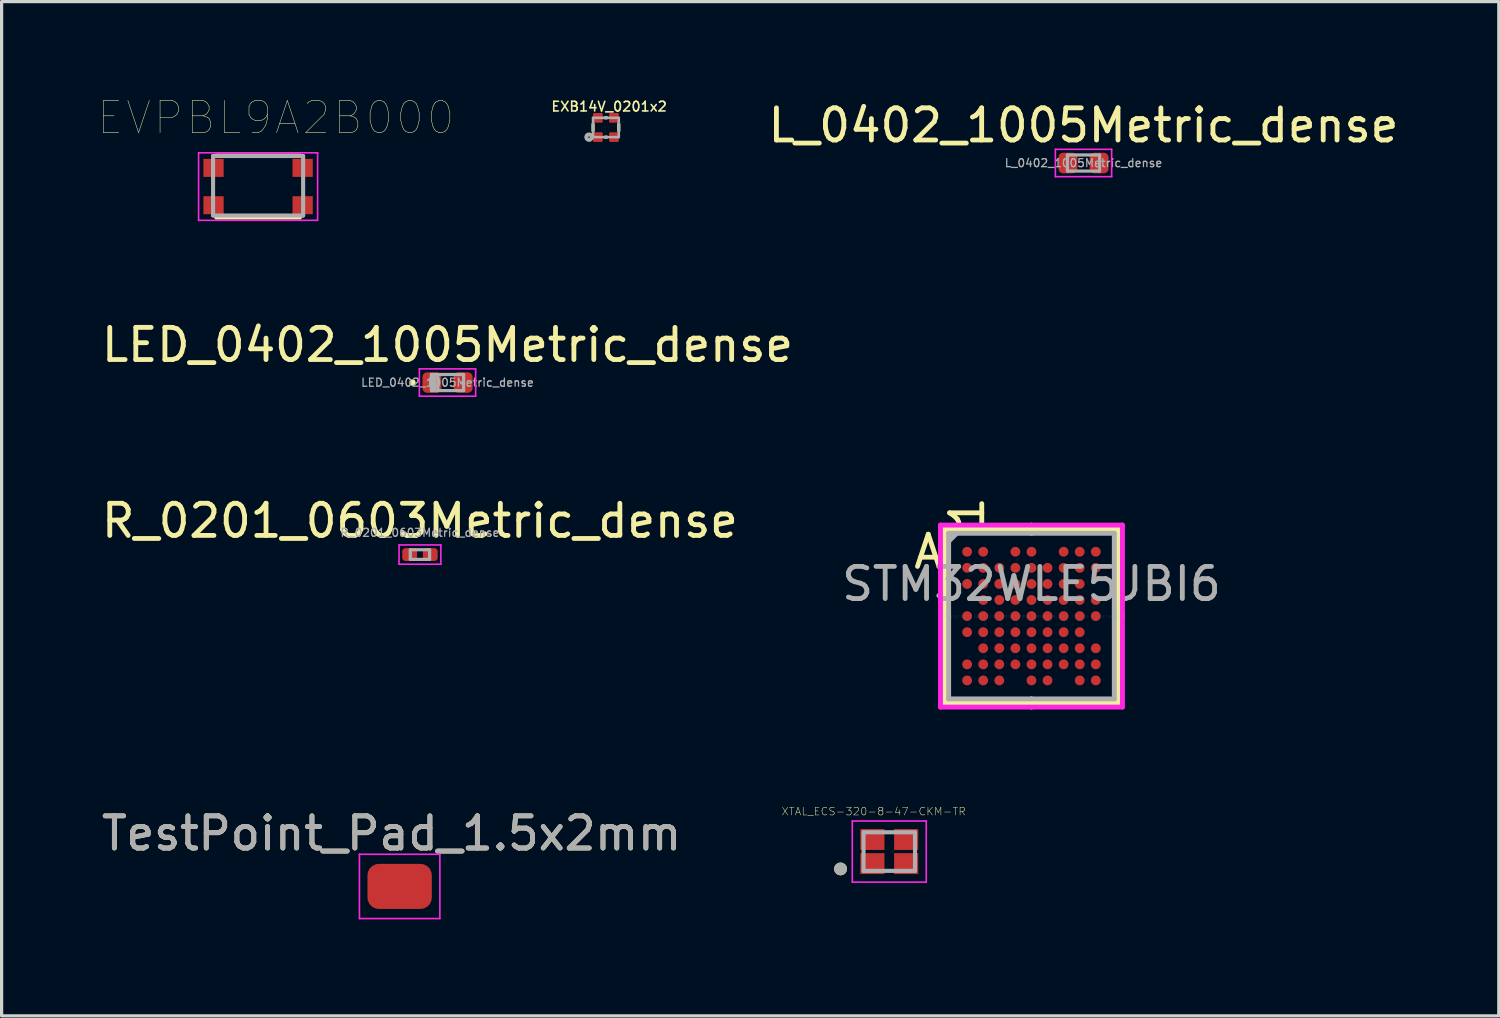
<source format=kicad_pcb>
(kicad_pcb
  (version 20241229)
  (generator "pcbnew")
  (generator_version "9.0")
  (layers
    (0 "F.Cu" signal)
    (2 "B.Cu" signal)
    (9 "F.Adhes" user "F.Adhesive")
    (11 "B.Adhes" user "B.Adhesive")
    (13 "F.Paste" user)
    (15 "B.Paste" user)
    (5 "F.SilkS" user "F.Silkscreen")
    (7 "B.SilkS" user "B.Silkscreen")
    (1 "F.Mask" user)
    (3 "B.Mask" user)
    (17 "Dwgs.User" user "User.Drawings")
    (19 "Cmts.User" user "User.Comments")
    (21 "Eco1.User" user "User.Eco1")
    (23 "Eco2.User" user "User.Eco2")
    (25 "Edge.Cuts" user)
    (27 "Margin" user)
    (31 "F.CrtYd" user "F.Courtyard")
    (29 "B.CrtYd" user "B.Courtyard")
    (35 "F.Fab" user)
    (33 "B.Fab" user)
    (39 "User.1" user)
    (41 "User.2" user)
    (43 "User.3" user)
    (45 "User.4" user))
  (footprint "XTAL_ECS-320-8-47-CKM-TR"
    (layer "F.Cu")
    (at 24.597 23.425)
    (property "Reference" "XTAL_ECS-320-8-47-CKM-TR" (at -0.484 -1.248 0) (layer "F.SilkS") (effects (font (size 0.241 0.241) (thickness 0.015))))
    (attr through_hole)
    (fp_circle (center -1.515 0.54) (end -1.415 0.54) (stroke (width 0.2) (type solid)) (fill no) (layer "F.SilkS"))
    (fp_line (start -1.15 -0.95) (end -1.15 0.95) (stroke (width 0.05) (type solid)) (layer "F.CrtYd"))
    (fp_line (start -1.15 0.95) (end 1.15 0.95) (stroke (width 0.05) (type solid)) (layer "F.CrtYd"))
    (fp_line (start 1.15 -0.95) (end -1.15 -0.95) (stroke (width 0.05) (type solid)) (layer "F.CrtYd"))
    (fp_line (start 1.15 0.95) (end 1.15 -0.95) (stroke (width 0.05) (type solid)) (layer "F.CrtYd"))
    (fp_line (start -0.8 -0.6) (end -0.8 0.6) (stroke (width 0.127) (type solid)) (layer "F.Fab"))
    (fp_line (start -0.8 0.6) (end 0.8 0.6) (stroke (width 0.127) (type solid)) (layer "F.Fab"))
    (fp_line (start 0.8 -0.6) (end -0.8 -0.6) (stroke (width 0.127) (type solid)) (layer "F.Fab"))
    (fp_line (start 0.8 0.6) (end 0.8 -0.6) (stroke (width 0.127) (type solid)) (layer "F.Fab"))
    (fp_circle (center -1.515 0.54) (end -1.415 0.54) (stroke (width 0.2) (type solid)) (fill no) (layer "F.Fab"))
    (pad "1" smd rect (at -0.525 0.375) (size 0.75 0.65) (layers "F.Cu" "F.Mask" "F.Paste"))
    (pad "2" smd rect (at 0.525 0.375) (size 0.75 0.65) (layers "F.Cu" "F.Mask" "F.Paste"))
    (pad "3" smd rect (at 0.525 -0.375) (size 0.75 0.65) (layers "F.Cu" "F.Mask" "F.Paste"))
    (pad "4" smd rect (at -0.525 -0.375) (size 0.75 0.65) (layers "F.Cu" "F.Mask" "F.Paste")))
  (footprint "EXB14V_0201x2"
    (layer "F.Cu")
    (at 15.788 0.913)
    (property "Reference" "EXB14V_0201x2" (at 0.1 -0.65 0) (layer "F.SilkS") (effects (font (size 0.3 0.3) (thickness 0.05))))
    (attr through_hole)
    (fp_line (start -0.4 -0.1) (end -0.4 0.1) (stroke (width 0.1) (type solid)) (layer "F.SilkS"))
    (fp_line (start -0.025 -0.3) (end 0.025 -0.3) (stroke (width 0.1) (type solid)) (layer "F.SilkS"))
    (fp_line (start -0.025 0.3) (end 0.025 0.3) (stroke (width 0.1) (type solid)) (layer "F.SilkS"))
    (fp_line (start 0.4 -0.1) (end 0.4 0.1) (stroke (width 0.1) (type solid)) (layer "F.SilkS"))
    (fp_circle (center -0.525 0.3) (end -0.5 0.325) (stroke (width 0.1) (type solid)) (fill no) (layer "F.SilkS"))
    (fp_line (start -0.4 -0.3) (end 0.4 -0.3) (stroke (width 0.08) (type solid)) (layer "F.Fab"))
    (fp_line (start -0.4 0.3) (end -0.4 -0.3) (stroke (width 0.08) (type solid)) (layer "F.Fab"))
    (fp_line (start 0.4 -0.3) (end 0.4 0.3) (stroke (width 0.08) (type solid)) (layer "F.Fab"))
    (fp_line (start 0.4 0.3) (end -0.4 0.3) (stroke (width 0.08) (type solid)) (layer "F.Fab"))
    (fp_circle (center -0.525 0.3) (end -0.525 0.275) (stroke (width 0.12) (type solid)) (fill no) (layer "F.Fab"))
    (pad "1" smd roundrect (at -0.25 0.3) (size 0.3 0.3) (layers "F.Cu" "F.Mask" "F.Paste") (roundrect_rratio 0.1))
    (pad "2" smd roundrect (at 0.25 0.3) (size 0.3 0.3) (layers "F.Cu" "F.Mask" "F.Paste") (roundrect_rratio 0.1))
    (pad "3" smd roundrect (at 0.25 -0.3 180) (size 0.3 0.3) (layers "F.Cu" "F.Mask" "F.Paste") (roundrect_rratio 0.1))
    (pad "4" smd roundrect (at -0.25 -0.3 180) (size 0.3 0.3) (layers "F.Cu" "F.Mask" "F.Paste") (roundrect_rratio 0.1)))
  (footprint "STM32WLE5JBI6"
    (layer "F.Cu")
    (at 29.018 16.104)
    (property "Reference" "STM32WLE5JBI6" (at 0 -1 0) (layer "F.Fab") (effects (font (size 1 1) (thickness 0.15))))
    (attr through_hole)
    (fp_line (start -2.702 -2.702) (end -2.702 2.702) (stroke (width 0.152) (type solid)) (layer "F.SilkS"))
    (fp_line (start -2.702 2.702) (end 2.702 2.702) (stroke (width 0.152) (type solid)) (layer "F.SilkS"))
    (fp_line (start -2.575 0) (end -2.829 0) (stroke (width 0.152) (type solid)) (layer "F.SilkS"))
    (fp_line (start 0 -2.575) (end 0 -2.829) (stroke (width 0.152) (type solid)) (layer "F.SilkS"))
    (fp_line (start 0 2.575) (end 0 2.829) (stroke (width 0.152) (type solid)) (layer "F.SilkS"))
    (fp_line (start 2.575 0) (end 2.829 0) (stroke (width 0.152) (type solid)) (layer "F.SilkS"))
    (fp_line (start 2.702 -2.702) (end -2.702 -2.702) (stroke (width 0.152) (type solid)) (layer "F.SilkS"))
    (fp_line (start 2.702 2.702) (end 2.702 -2.702) (stroke (width 0.152) (type solid)) (layer "F.SilkS"))
    (fp_line (start -2.829 -2.829) (end 2.829 -2.829) (stroke (width 0.152) (type solid)) (layer "F.CrtYd"))
    (fp_line (start -2.829 2.829) (end -2.829 -2.829) (stroke (width 0.152) (type solid)) (layer "F.CrtYd"))
    (fp_line (start 2.829 -2.829) (end 2.829 2.829) (stroke (width 0.152) (type solid)) (layer "F.CrtYd"))
    (fp_line (start 2.829 2.829) (end -2.829 2.829) (stroke (width 0.152) (type solid)) (layer "F.CrtYd"))
    (fp_line (start -2.575 -2.575) (end -2.575 2.575) (stroke (width 0.152) (type solid)) (layer "F.Fab"))
    (fp_line (start -2.575 2.575) (end 2.575 2.575) (stroke (width 0.152) (type solid)) (layer "F.Fab"))
    (fp_line (start -2.325 -2.575) (end -2.575 -2.325) (stroke (width 0.152) (type solid)) (layer "F.Fab"))
    (fp_line (start 2.575 -2.575) (end -2.575 -2.575) (stroke (width 0.152) (type solid)) (layer "F.Fab"))
    (fp_line (start 2.575 2.575) (end 2.575 -2.575) (stroke (width 0.152) (type solid)) (layer "F.Fab"))
    (fp_text user "1" (at -2 -3.21 90) (layer "F.SilkS") (effects (font (size 1 1) (thickness 0.15))))
    (fp_text user "A" (at -3.21 -2 0) (layer "F.SilkS") (effects (font (size 1 1) (thickness 0.15))))
    (fp_text user "Copyright 2016 Accelerated Designs. All rights reserved." (at 0 0 0) (layer "Cmts.User") (effects (font (size 0.127 0.127) (thickness 0.002))))
    (pad "A1" smd circle (at -2 -2) (size 0.305 0.305) (layers "F.Cu" "F.Mask" "F.Paste"))
    (pad "A2" smd circle (at -1.5 -2) (size 0.305 0.305) (layers "F.Cu" "F.Mask" "F.Paste"))
    (pad "A4" smd circle (at -0.5 -2) (size 0.305 0.305) (layers "F.Cu" "F.Mask" "F.Paste"))
    (pad "A5" smd circle (at 0 -2) (size 0.305 0.305) (layers "F.Cu" "F.Mask" "F.Paste"))
    (pad "A7" smd circle (at 1 -2) (size 0.305 0.305) (layers "F.Cu" "F.Mask" "F.Paste"))
    (pad "A8" smd circle (at 1.5 -2) (size 0.305 0.305) (layers "F.Cu" "F.Mask" "F.Paste"))
    (pad "A9" smd circle (at 2 -2) (size 0.305 0.305) (layers "F.Cu" "F.Mask" "F.Paste"))
    (pad "B1" smd circle (at -2 -1.5) (size 0.305 0.305) (layers "F.Cu" "F.Mask" "F.Paste"))
    (pad "B2" smd circle (at -1.5 -1.5) (size 0.305 0.305) (layers "F.Cu" "F.Mask" "F.Paste"))
    (pad "B3" smd circle (at -1 -1.5) (size 0.305 0.305) (layers "F.Cu" "F.Mask" "F.Paste"))
    (pad "B4" smd circle (at -0.5 -1.5) (size 0.305 0.305) (layers "F.Cu" "F.Mask" "F.Paste"))
    (pad "B5" smd circle (at 0 -1.5) (size 0.305 0.305) (layers "F.Cu" "F.Mask" "F.Paste"))
    (pad "B6" smd circle (at 0.5 -1.5) (size 0.305 0.305) (layers "F.Cu" "F.Mask" "F.Paste"))
    (pad "B7" smd circle (at 1 -1.5) (size 0.305 0.305) (layers "F.Cu" "F.Mask" "F.Paste"))
    (pad "B8" smd circle (at 1.5 -1.5) (size 0.305 0.305) (layers "F.Cu" "F.Mask" "F.Paste"))
    (pad "B9" smd circle (at 2 -1.5) (size 0.305 0.305) (layers "F.Cu" "F.Mask" "F.Paste"))
    (pad "C1" smd circle (at -2 -1) (size 0.305 0.305) (layers "F.Cu" "F.Mask" "F.Paste"))
    (pad "C2" smd circle (at -1.5 -1) (size 0.305 0.305) (layers "F.Cu" "F.Mask" "F.Paste"))
    (pad "C3" smd circle (at -1 -1) (size 0.305 0.305) (layers "F.Cu" "F.Mask" "F.Paste"))
    (pad "C4" smd circle (at -0.5 -1) (size 0.305 0.305) (layers "F.Cu" "F.Mask" "F.Paste"))
    (pad "C5" smd circle (at 0 -1) (size 0.305 0.305) (layers "F.Cu" "F.Mask" "F.Paste"))
    (pad "C6" smd circle (at 0.5 -1) (size 0.305 0.305) (layers "F.Cu" "F.Mask" "F.Paste"))
    (pad "C7" smd circle (at 1 -1) (size 0.305 0.305) (layers "F.Cu" "F.Mask" "F.Paste"))
    (pad "C8" smd circle (at 1.5 -1) (size 0.305 0.305) (layers "F.Cu" "F.Mask" "F.Paste"))
    (pad "D2" smd circle (at -1.5 -0.5) (size 0.305 0.305) (layers "F.Cu" "F.Mask" "F.Paste"))
    (pad "D3" smd circle (at -1 -0.5) (size 0.305 0.305) (layers "F.Cu" "F.Mask" "F.Paste"))
    (pad "D4" smd circle (at -0.5 -0.5) (size 0.305 0.305) (layers "F.Cu" "F.Mask" "F.Paste"))
    (pad "D5" smd circle (at 0 -0.5) (size 0.305 0.305) (layers "F.Cu" "F.Mask" "F.Paste"))
    (pad "D6" smd circle (at 0.5 -0.5) (size 0.305 0.305) (layers "F.Cu" "F.Mask" "F.Paste"))
    (pad "D7" smd circle (at 1 -0.5) (size 0.305 0.305) (layers "F.Cu" "F.Mask" "F.Paste"))
    (pad "D8" smd circle (at 1.5 -0.5) (size 0.305 0.305) (layers "F.Cu" "F.Mask" "F.Paste"))
    (pad "D9" smd circle (at 2 -0.5) (size 0.305 0.305) (layers "F.Cu" "F.Mask" "F.Paste"))
    (pad "E1" smd circle (at -2 0) (size 0.305 0.305) (layers "F.Cu" "F.Mask" "F.Paste"))
    (pad "E2" smd circle (at -1.5 0) (size 0.305 0.305) (layers "F.Cu" "F.Mask" "F.Paste"))
    (pad "E3" smd circle (at -1 0) (size 0.305 0.305) (layers "F.Cu" "F.Mask" "F.Paste"))
    (pad "E4" smd circle (at -0.5 0) (size 0.305 0.305) (layers "F.Cu" "F.Mask" "F.Paste"))
    (pad "E5" smd circle (at 0 0) (size 0.305 0.305) (layers "F.Cu" "F.Mask" "F.Paste"))
    (pad "E6" smd circle (at 0.5 0) (size 0.305 0.305) (layers "F.Cu" "F.Mask" "F.Paste"))
    (pad "E7" smd circle (at 1 0) (size 0.305 0.305) (layers "F.Cu" "F.Mask" "F.Paste"))
    (pad "E8" smd circle (at 1.5 0) (size 0.305 0.305) (layers "F.Cu" "F.Mask" "F.Paste"))
    (pad "E9" smd circle (at 2 0) (size 0.305 0.305) (layers "F.Cu" "F.Mask" "F.Paste"))
    (pad "F1" smd circle (at -2 0.5) (size 0.305 0.305) (layers "F.Cu" "F.Mask" "F.Paste"))
    (pad "F2" smd circle (at -1.5 0.5) (size 0.305 0.305) (layers "F.Cu" "F.Mask" "F.Paste"))
    (pad "F3" smd circle (at -1 0.5) (size 0.305 0.305) (layers "F.Cu" "F.Mask" "F.Paste"))
    (pad "F4" smd circle (at -0.5 0.5) (size 0.305 0.305) (layers "F.Cu" "F.Mask" "F.Paste"))
    (pad "F5" smd circle (at 0 0.5) (size 0.305 0.305) (layers "F.Cu" "F.Mask" "F.Paste"))
    (pad "F6" smd circle (at 0.5 0.5) (size 0.305 0.305) (layers "F.Cu" "F.Mask" "F.Paste"))
    (pad "F7" smd circle (at 1 0.5) (size 0.305 0.305) (layers "F.Cu" "F.Mask" "F.Paste"))
    (pad "F8" smd circle (at 1.5 0.5) (size 0.305 0.305) (layers "F.Cu" "F.Mask" "F.Paste"))
    (pad "G2" smd circle (at -1.5 1) (size 0.305 0.305) (layers "F.Cu" "F.Mask" "F.Paste"))
    (pad "G3" smd circle (at -1 1) (size 0.305 0.305) (layers "F.Cu" "F.Mask" "F.Paste"))
    (pad "G4" smd circle (at -0.5 1) (size 0.305 0.305) (layers "F.Cu" "F.Mask" "F.Paste"))
    (pad "G5" smd circle (at 0 1) (size 0.305 0.305) (layers "F.Cu" "F.Mask" "F.Paste"))
    (pad "G6" smd circle (at 0.5 1) (size 0.305 0.305) (layers "F.Cu" "F.Mask" "F.Paste"))
    (pad "G7" smd circle (at 1 1) (size 0.305 0.305) (layers "F.Cu" "F.Mask" "F.Paste"))
    (pad "G8" smd circle (at 1.5 1) (size 0.305 0.305) (layers "F.Cu" "F.Mask" "F.Paste"))
    (pad "G9" smd circle (at 2 1) (size 0.305 0.305) (layers "F.Cu" "F.Mask" "F.Paste"))
    (pad "H1" smd circle (at -2 1.5) (size 0.305 0.305) (layers "F.Cu" "F.Mask" "F.Paste"))
    (pad "H2" smd circle (at -1.5 1.5) (size 0.305 0.305) (layers "F.Cu" "F.Mask" "F.Paste"))
    (pad "H3" smd circle (at -1 1.5) (size 0.305 0.305) (layers "F.Cu" "F.Mask" "F.Paste"))
    (pad "H4" smd circle (at -0.5 1.5) (size 0.305 0.305) (layers "F.Cu" "F.Mask" "F.Paste"))
    (pad "H5" smd circle (at 0 1.5) (size 0.305 0.305) (layers "F.Cu" "F.Mask" "F.Paste"))
    (pad "H6" smd circle (at 0.5 1.5) (size 0.305 0.305) (layers "F.Cu" "F.Mask" "F.Paste"))
    (pad "H7" smd circle (at 1 1.5) (size 0.305 0.305) (layers "F.Cu" "F.Mask" "F.Paste"))
    (pad "H8" smd circle (at 1.5 1.5) (size 0.305 0.305) (layers "F.Cu" "F.Mask" "F.Paste"))
    (pad "H9" smd circle (at 2 1.5) (size 0.305 0.305) (layers "F.Cu" "F.Mask" "F.Paste"))
    (pad "J1" smd circle (at -2 2) (size 0.305 0.305) (layers "F.Cu" "F.Mask" "F.Paste"))
    (pad "J2" smd circle (at -1.5 2) (size 0.305 0.305) (layers "F.Cu" "F.Mask" "F.Paste"))
    (pad "J3" smd circle (at -1 2) (size 0.305 0.305) (layers "F.Cu" "F.Mask" "F.Paste"))
    (pad "J5" smd circle (at 0 2) (size 0.305 0.305) (layers "F.Cu" "F.Mask" "F.Paste"))
    (pad "J6" smd circle (at 0.5 2) (size 0.305 0.305) (layers "F.Cu" "F.Mask" "F.Paste"))
    (pad "J8" smd circle (at 1.5 2) (size 0.305 0.305) (layers "F.Cu" "F.Mask" "F.Paste"))
    (pad "J9" smd circle (at 2 2) (size 0.305 0.305) (layers "F.Cu" "F.Mask" "F.Paste")))
  (footprint "EVPBL9A2B000"
    (layer "F.Cu")
    (at 4.974 2.75)
    (property "Reference" "EVPBL9A2B000" (at 0.551 -2.138 0) (layer "F.SilkS") (effects (font (size 1.001 1.001) (thickness 0.015))))
    (attr through_hole)
    (fp_line (start -1.3 -0.964) (end 1.3 -0.964) (stroke (width 0.127) (type solid)) (layer "F.SilkS"))
    (fp_line (start -1.3 0.964) (end 1.3 0.964) (stroke (width 0.127) (type solid)) (layer "F.SilkS"))
    (fp_line (start -1.85 -1.05) (end 1.85 -1.05) (stroke (width 0.05) (type solid)) (layer "F.CrtYd"))
    (fp_line (start -1.85 1.05) (end -1.85 -1.05) (stroke (width 0.05) (type solid)) (layer "F.CrtYd"))
    (fp_line (start 1.85 -1.05) (end 1.85 1.05) (stroke (width 0.05) (type solid)) (layer "F.CrtYd"))
    (fp_line (start 1.85 1.05) (end -1.85 1.05) (stroke (width 0.05) (type solid)) (layer "F.CrtYd"))
    (fp_line (start -1.4 -0.95) (end 1.4 -0.95) (stroke (width 0.127) (type solid)) (layer "F.Fab"))
    (fp_line (start -1.4 0.9) (end -1.4 -0.95) (stroke (width 0.127) (type solid)) (layer "F.Fab"))
    (fp_line (start 1.4 -0.95) (end 1.4 0.9) (stroke (width 0.127) (type solid)) (layer "F.Fab"))
    (fp_line (start 1.4 0.9) (end -1.4 0.9) (stroke (width 0.127) (type solid)) (layer "F.Fab"))
    (pad "1" smd rect (at -1.385 -0.58) (size 0.63 0.56) (layers "F.Cu" "F.Mask" "F.Paste"))
    (pad "1" smd rect (at -1.385 0.58) (size 0.63 0.56) (layers "F.Cu" "F.Mask" "F.Paste"))
    (pad "2" smd rect (at 1.385 -0.58) (size 0.63 0.56) (layers "F.Cu" "F.Mask" "F.Paste"))
    (pad "2" smd rect (at 1.385 0.58) (size 0.63 0.56) (layers "F.Cu" "F.Mask" "F.Paste")))
  (footprint "TestPoint_Pad_1.5x2mm"
    (layer "F.Cu")
    (at 9.125 24.508)
    (property "Reference" "TestPoint_Pad_1.5x2mm" (at 0 -1.648 0) (layer "F.SilkS") (effects (font (size 1 1) (thickness 0.15))))
    (attr exclude_from_pos_files exclude_from_bom)
    (fp_line (start -1 -1) (end -1 1) (stroke (width 0.05) (type solid)) (layer "F.CrtYd"))
    (fp_line (start -1 -1) (end 1.5 -1) (stroke (width 0.05) (type solid)) (layer "F.CrtYd"))
    (fp_line (start 1.5 1) (end -1 1) (stroke (width 0.05) (type solid)) (layer "F.CrtYd"))
    (fp_line (start 1.5 1) (end 1.5 -1) (stroke (width 0.05) (type solid)) (layer "F.CrtYd"))
    (fp_text user "${REFERENCE}" (at 0 -1.65 0) (layer "F.Fab") (effects (font (size 1 1) (thickness 0.15))))
    (pad "1" smd roundrect (at 0.25 0) (size 2 1.4) (layers "F.Cu" "F.Mask") (roundrect_rratio 0.25)))
  (footprint "LED_0402_1005Metric_dense"
    (layer "F.Cu")
    (at 10.863 8.843)
    (property "Reference" "LED_0402_1005Metric_dense" (at 0 -1.17 0) (layer "F.SilkS") (effects (font (size 1 1) (thickness 0.15))))
    (attr smd)
    (fp_circle (center -1.09 0) (end -1.04 0) (stroke (width 0.1) (type solid)) (fill no) (layer "F.SilkS"))
    (fp_line (start -0.875 -0.425) (end 0.875 -0.425) (stroke (width 0.05) (type solid)) (layer "F.CrtYd"))
    (fp_line (start -0.875 0.425) (end -0.875 -0.425) (stroke (width 0.05) (type solid)) (layer "F.CrtYd"))
    (fp_line (start 0.875 -0.425) (end 0.875 0.425) (stroke (width 0.05) (type solid)) (layer "F.CrtYd"))
    (fp_line (start 0.875 0.425) (end -0.875 0.425) (stroke (width 0.05) (type solid)) (layer "F.CrtYd"))
    (fp_line (start -0.5 -0.25) (end 0.5 -0.25) (stroke (width 0.1) (type solid)) (layer "F.Fab"))
    (fp_line (start -0.5 0.25) (end -0.5 -0.25) (stroke (width 0.1) (type solid)) (layer "F.Fab"))
    (fp_line (start -0.4 0.25) (end -0.4 -0.25) (stroke (width 0.1) (type solid)) (layer "F.Fab"))
    (fp_line (start -0.3 0.25) (end -0.3 -0.25) (stroke (width 0.1) (type solid)) (layer "F.Fab"))
    (fp_line (start 0.5 -0.25) (end 0.5 0.25) (stroke (width 0.1) (type solid)) (layer "F.Fab"))
    (fp_line (start 0.5 0.25) (end -0.5 0.25) (stroke (width 0.1) (type solid)) (layer "F.Fab"))
    (fp_text user "${REFERENCE}" (at 0 0 0) (layer "F.Fab") (effects (font (size 0.25 0.25) (thickness 0.04))))
    (pad "1" smd roundrect (at -0.485 0) (size 0.59 0.64) (layers "F.Cu" "F.Mask" "F.Paste") (roundrect_rratio 0.25))
    (pad "2" smd roundrect (at 0.485 0) (size 0.59 0.64) (layers "F.Cu" "F.Mask" "F.Paste") (roundrect_rratio 0.25)))
  (footprint "R_0201_0603Metric_dense"
    (layer "F.Cu")
    (at 10.006 14.191)
    (property "Reference" "R_0201_0603Metric_dense" (at 0 -1.05 0) (layer "F.SilkS") (effects (font (size 1 1) (thickness 0.15))))
    (attr smd)
    (fp_line (start -0.65 -0.3) (end 0.65 -0.3) (stroke (width 0.05) (type solid)) (layer "F.CrtYd"))
    (fp_line (start -0.65 0.3) (end -0.65 -0.3) (stroke (width 0.05) (type solid)) (layer "F.CrtYd"))
    (fp_line (start 0.65 -0.3) (end 0.65 0.3) (stroke (width 0.05) (type solid)) (layer "F.CrtYd"))
    (fp_line (start 0.65 0.3) (end -0.65 0.3) (stroke (width 0.05) (type solid)) (layer "F.CrtYd"))
    (fp_line (start -0.3 -0.15) (end 0.3 -0.15) (stroke (width 0.1) (type solid)) (layer "F.Fab"))
    (fp_line (start -0.3 0.15) (end -0.3 -0.15) (stroke (width 0.1) (type solid)) (layer "F.Fab"))
    (fp_line (start 0.3 -0.15) (end 0.3 0.15) (stroke (width 0.1) (type solid)) (layer "F.Fab"))
    (fp_line (start 0.3 0.15) (end -0.3 0.15) (stroke (width 0.1) (type solid)) (layer "F.Fab"))
    (fp_text user "${REFERENCE}" (at 0 -0.68 0) (layer "F.Fab") (effects (font (size 0.25 0.25) (thickness 0.04))))
    (pad "" smd roundrect (at -0.345 0) (size 0.318 0.36) (layers "F.Paste") (roundrect_rratio 0.25))
    (pad "" smd roundrect (at 0.345 0) (size 0.318 0.36) (layers "F.Paste") (roundrect_rratio 0.25))
    (pad "1" smd roundrect (at -0.32 0) (size 0.46 0.4) (layers "F.Cu" "F.Mask") (roundrect_rratio 0.25))
    (pad "2" smd roundrect (at 0.32 0) (size 0.46 0.4) (layers "F.Cu" "F.Mask") (roundrect_rratio 0.25)))
  (footprint "L_0402_1005Metric_dense"
    (layer "F.Cu")
    (at 30.636 2.018)
    (property "Reference" "L_0402_1005Metric_dense" (at 0 -1.17 0) (layer "F.SilkS") (effects (font (size 1 1) (thickness 0.15))))
    (attr smd)
    (fp_line (start -0.875 -0.425) (end 0.875 -0.425) (stroke (width 0.05) (type solid)) (layer "F.CrtYd"))
    (fp_line (start -0.875 0.425) (end -0.875 -0.425) (stroke (width 0.05) (type solid)) (layer "F.CrtYd"))
    (fp_line (start 0.875 -0.425) (end 0.875 0.425) (stroke (width 0.05) (type solid)) (layer "F.CrtYd"))
    (fp_line (start 0.875 0.425) (end -0.875 0.425) (stroke (width 0.05) (type solid)) (layer "F.CrtYd"))
    (fp_line (start -0.5 -0.25) (end 0.5 -0.25) (stroke (width 0.1) (type solid)) (layer "F.Fab"))
    (fp_line (start -0.5 0.25) (end -0.5 -0.25) (stroke (width 0.1) (type solid)) (layer "F.Fab"))
    (fp_line (start 0.5 -0.25) (end 0.5 0.25) (stroke (width 0.1) (type solid)) (layer "F.Fab"))
    (fp_line (start 0.5 0.25) (end -0.5 0.25) (stroke (width 0.1) (type solid)) (layer "F.Fab"))
    (fp_text user "${REFERENCE}" (at 0 0 0) (layer "F.Fab") (effects (font (size 0.25 0.25) (thickness 0.04))))
    (pad "1" smd roundrect (at -0.485 0) (size 0.59 0.64) (layers "F.Cu" "F.Mask" "F.Paste") (roundrect_rratio 0.25))
    (pad "2" smd roundrect (at 0.485 0) (size 0.59 0.64) (layers "F.Cu" "F.Mask" "F.Paste") (roundrect_rratio 0.25)))
  (gr_rect
    (start -3 -3)
    (end 43.547 28.533)
    (stroke (width 0.1) (type default))
    (fill no)
    (layer "Edge.Cuts")))
</source>
